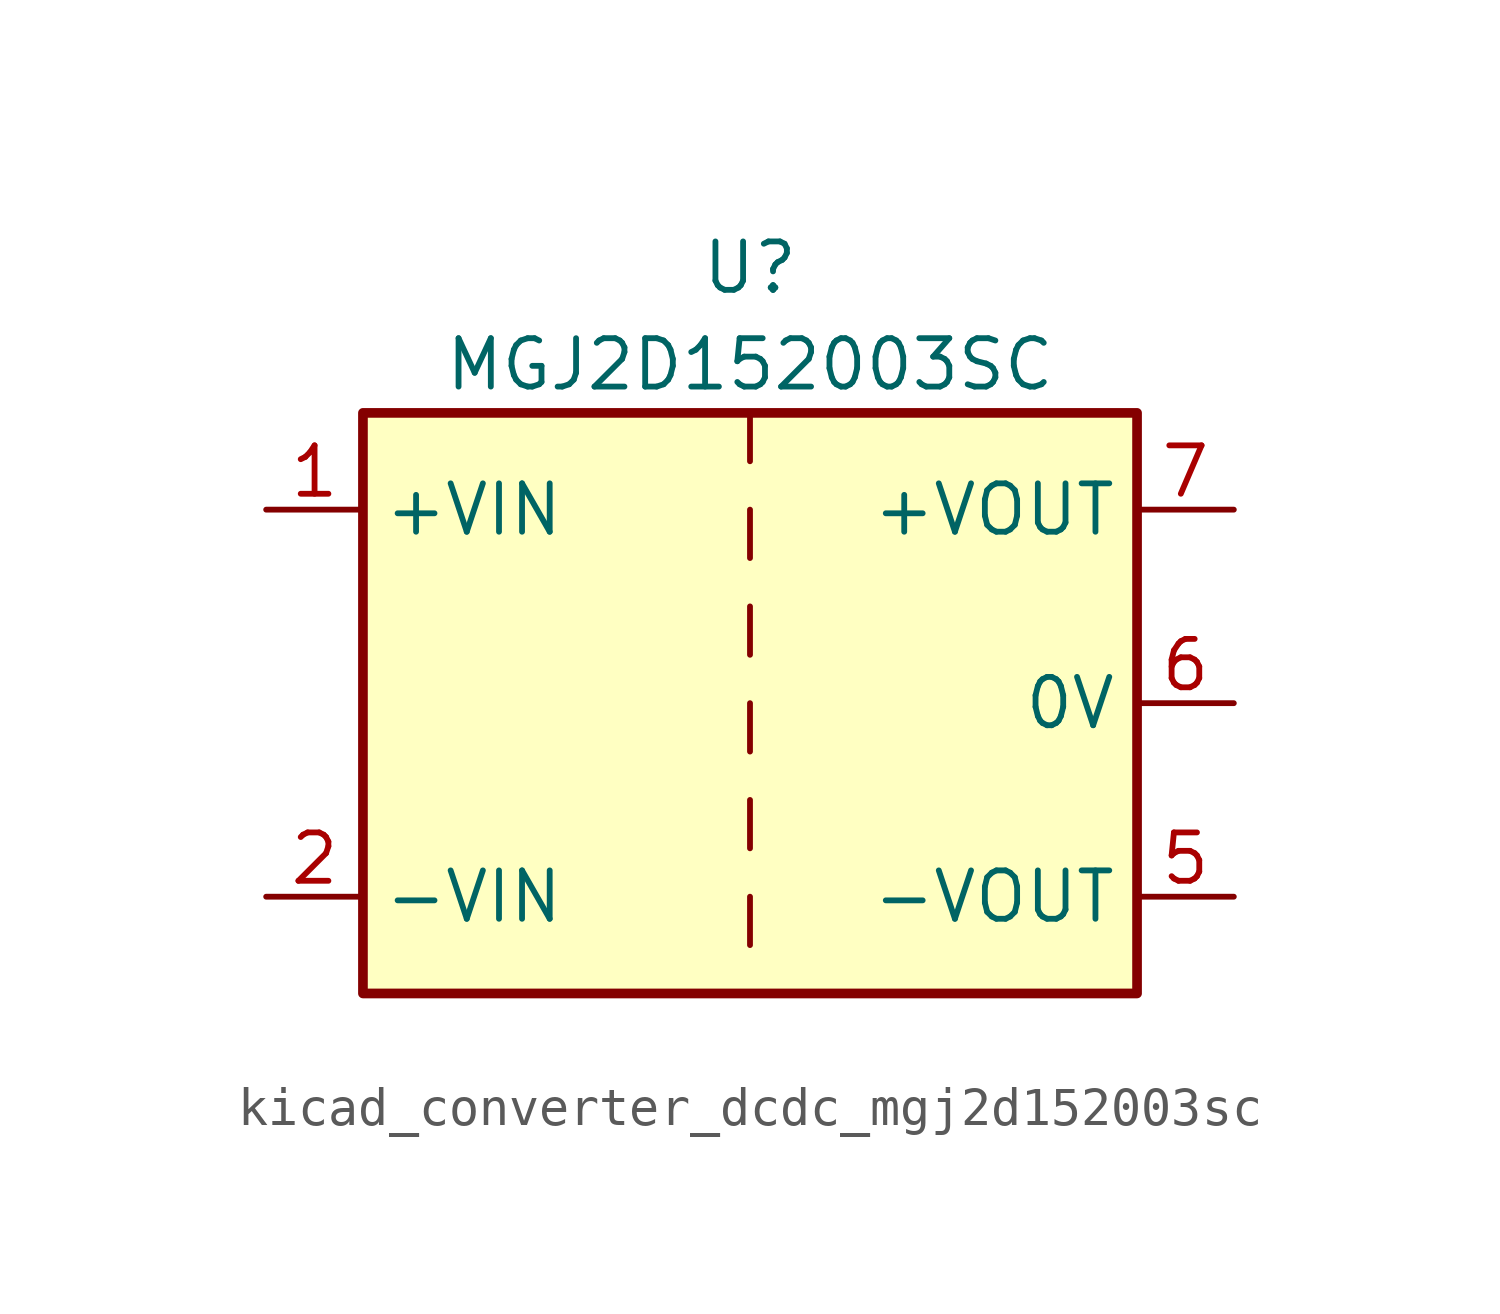
<source format=kicad_sym>
(kicad_symbol_lib
  (version 20220914)
  (generator kicad_symbol_editor)
  (symbol "kicad_converter_dcdc_mgj2d152003sc"
    (property "Reference" "U"
      (at 0 11.43 0)
      (effects (font (size 1.27 1.27))))
    (property "Value" "MGJ2D152003SC"
      (at 0 8.89 0)
      (effects (font (size 1.27 1.27))))
    (symbol "kicad_converter_dcdc_mgj2d152003sc_0_1"
      (rectangle (start -10.16 7.62) (end 10.16 -7.62) (stroke (width 0.254) (type default)) (fill (type background)))
      (polyline (pts (xy 0 -5.08) (xy 0 -6.35)) (stroke (width 0) (type default)) (fill (type none)))
      (polyline (pts (xy 0 -2.54) (xy 0 -3.81)) (stroke (width 0) (type default)) (fill (type none)))
      (polyline (pts (xy 0 0) (xy 0 -1.27)) (stroke (width 0) (type default)) (fill (type none)))
      (polyline (pts (xy 0 2.54) (xy 0 1.27)) (stroke (width 0) (type default)) (fill (type none)))
      (polyline (pts (xy 0 5.08) (xy 0 3.81)) (stroke (width 0) (type default)) (fill (type none)))
      (polyline (pts (xy 0 7.62) (xy 0 6.35)) (stroke (width 0) (type default)) (fill (type none))))
    (symbol "kicad_converter_dcdc_mgj2d152003sc_1_1"
      (pin power_in line (at -12.7 5.08 0) (length 2.54) (name "+VIN" (effects (font (size 1.27 1.27)))) (number "1" (effects (font (size 1.27 1.27)))))
      (pin power_in line (at -12.7 -5.08 0) (length 2.54) (name "-VIN" (effects (font (size 1.27 1.27)))) (number "2" (effects (font (size 1.27 1.27)))))
      (pin power_out line (at 12.7 -5.08 180) (length 2.54) (name "-VOUT" (effects (font (size 1.27 1.27)))) (number "5" (effects (font (size 1.27 1.27)))))
      (pin power_out line (at 12.7 0 180) (length 2.54) (name "0V" (effects (font (size 1.27 1.27)))) (number "6" (effects (font (size 1.27 1.27)))))
      (pin power_out line (at 12.7 5.08 180) (length 2.54) (name "+VOUT" (effects (font (size 1.27 1.27)))) (number "7" (effects (font (size 1.27 1.27))))))))
</source>
